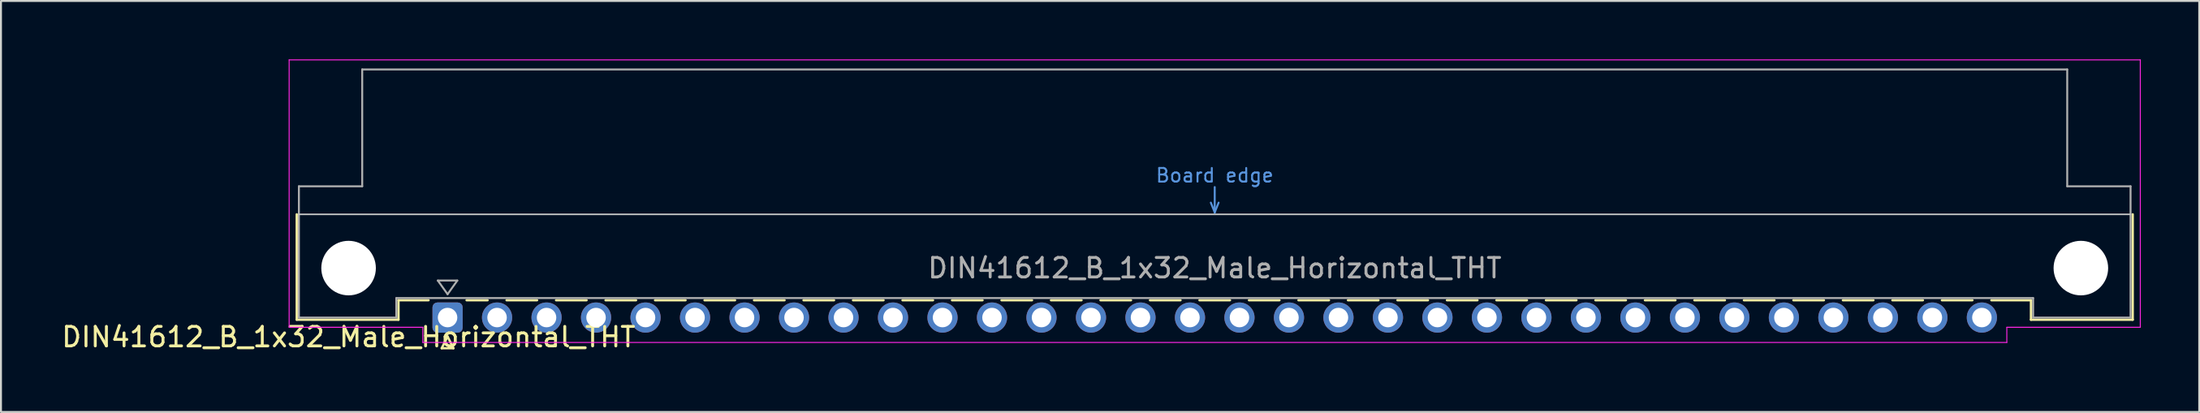
<source format=kicad_pcb>
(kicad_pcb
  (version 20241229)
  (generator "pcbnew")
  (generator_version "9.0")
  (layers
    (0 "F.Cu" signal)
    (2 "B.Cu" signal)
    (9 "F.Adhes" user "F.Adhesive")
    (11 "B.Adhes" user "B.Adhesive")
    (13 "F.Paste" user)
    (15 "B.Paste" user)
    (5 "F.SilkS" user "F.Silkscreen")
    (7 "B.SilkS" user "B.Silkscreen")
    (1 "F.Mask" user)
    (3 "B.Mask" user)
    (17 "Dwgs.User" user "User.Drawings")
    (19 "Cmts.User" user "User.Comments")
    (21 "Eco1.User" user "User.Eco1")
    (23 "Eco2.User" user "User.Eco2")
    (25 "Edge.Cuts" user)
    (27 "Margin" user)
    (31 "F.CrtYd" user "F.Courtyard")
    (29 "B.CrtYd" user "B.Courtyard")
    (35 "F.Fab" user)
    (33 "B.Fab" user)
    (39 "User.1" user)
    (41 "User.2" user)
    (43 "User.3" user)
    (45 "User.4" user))
  (footprint "DIN41612_B_1x32_Male_Horizontal_THT"
    (layer "F.Cu")
    (at 19.919 13.255)
    (property "Reference" "DIN41612_B_1x32_Male_Horizontal_THT" (at -5.08 1 0) (layer "F.SilkS") (effects (font (size 1 1) (thickness 0.15))))
    (attr through_hole)
    (fp_line (start -7.74 -5.3) (end -7.74 0.11) (stroke (width 0.12) (type solid)) (layer "F.SilkS"))
    (fp_line (start -7.74 0.11) (end -2.52 0.11) (stroke (width 0.12) (type solid)) (layer "F.SilkS"))
    (fp_line (start -2.521 -0.89) (end -0.976 -0.89) (stroke (width 0.12) (type solid)) (layer "F.SilkS"))
    (fp_line (start -2.52 0.11) (end -2.52 -0.89) (stroke (width 0.12) (type solid)) (layer "F.SilkS"))
    (fp_line (start -0.3 1.575) (end 0.3 1.575) (stroke (width 0.12) (type solid)) (layer "F.SilkS"))
    (fp_line (start 0 0.975) (end -0.3 1.575) (stroke (width 0.12) (type solid)) (layer "F.SilkS"))
    (fp_line (start 0.3 1.575) (end 0 0.975) (stroke (width 0.12) (type solid)) (layer "F.SilkS"))
    (fp_line (start 0.976 -0.89) (end 2.053 -0.89) (stroke (width 0.12) (type solid)) (layer "F.SilkS"))
    (fp_line (start 3.028 -0.89) (end 4.593 -0.89) (stroke (width 0.12) (type solid)) (layer "F.SilkS"))
    (fp_line (start 5.568 -0.89) (end 7.133 -0.89) (stroke (width 0.12) (type solid)) (layer "F.SilkS"))
    (fp_line (start 8.108 -0.89) (end 9.673 -0.89) (stroke (width 0.12) (type solid)) (layer "F.SilkS"))
    (fp_line (start 10.648 -0.89) (end 12.213 -0.89) (stroke (width 0.12) (type solid)) (layer "F.SilkS"))
    (fp_line (start 13.188 -0.89) (end 14.753 -0.89) (stroke (width 0.12) (type solid)) (layer "F.SilkS"))
    (fp_line (start 15.728 -0.89) (end 17.293 -0.89) (stroke (width 0.12) (type solid)) (layer "F.SilkS"))
    (fp_line (start 18.268 -0.89) (end 19.833 -0.89) (stroke (width 0.12) (type solid)) (layer "F.SilkS"))
    (fp_line (start 20.808 -0.89) (end 22.373 -0.89) (stroke (width 0.12) (type solid)) (layer "F.SilkS"))
    (fp_line (start 23.348 -0.89) (end 24.913 -0.89) (stroke (width 0.12) (type solid)) (layer "F.SilkS"))
    (fp_line (start 25.888 -0.89) (end 27.453 -0.89) (stroke (width 0.12) (type solid)) (layer "F.SilkS"))
    (fp_line (start 28.428 -0.89) (end 29.993 -0.89) (stroke (width 0.12) (type solid)) (layer "F.SilkS"))
    (fp_line (start 30.968 -0.89) (end 32.533 -0.89) (stroke (width 0.12) (type solid)) (layer "F.SilkS"))
    (fp_line (start 33.508 -0.89) (end 35.073 -0.89) (stroke (width 0.12) (type solid)) (layer "F.SilkS"))
    (fp_line (start 36.048 -0.89) (end 37.613 -0.89) (stroke (width 0.12) (type solid)) (layer "F.SilkS"))
    (fp_line (start 38.588 -0.89) (end 40.153 -0.89) (stroke (width 0.12) (type solid)) (layer "F.SilkS"))
    (fp_line (start 41.128 -0.89) (end 42.693 -0.89) (stroke (width 0.12) (type solid)) (layer "F.SilkS"))
    (fp_line (start 43.668 -0.89) (end 45.233 -0.89) (stroke (width 0.12) (type solid)) (layer "F.SilkS"))
    (fp_line (start 46.208 -0.89) (end 47.773 -0.89) (stroke (width 0.12) (type solid)) (layer "F.SilkS"))
    (fp_line (start 48.748 -0.89) (end 50.313 -0.89) (stroke (width 0.12) (type solid)) (layer "F.SilkS"))
    (fp_line (start 51.288 -0.89) (end 52.853 -0.89) (stroke (width 0.12) (type solid)) (layer "F.SilkS"))
    (fp_line (start 53.828 -0.89) (end 55.393 -0.89) (stroke (width 0.12) (type solid)) (layer "F.SilkS"))
    (fp_line (start 56.368 -0.89) (end 57.933 -0.89) (stroke (width 0.12) (type solid)) (layer "F.SilkS"))
    (fp_line (start 58.908 -0.89) (end 60.473 -0.89) (stroke (width 0.12) (type solid)) (layer "F.SilkS"))
    (fp_line (start 61.448 -0.89) (end 63.013 -0.89) (stroke (width 0.12) (type solid)) (layer "F.SilkS"))
    (fp_line (start 63.988 -0.89) (end 65.553 -0.89) (stroke (width 0.12) (type solid)) (layer "F.SilkS"))
    (fp_line (start 66.528 -0.89) (end 68.093 -0.89) (stroke (width 0.12) (type solid)) (layer "F.SilkS"))
    (fp_line (start 69.068 -0.89) (end 70.633 -0.89) (stroke (width 0.12) (type solid)) (layer "F.SilkS"))
    (fp_line (start 71.608 -0.89) (end 73.173 -0.89) (stroke (width 0.12) (type solid)) (layer "F.SilkS"))
    (fp_line (start 74.148 -0.89) (end 75.713 -0.89) (stroke (width 0.12) (type solid)) (layer "F.SilkS"))
    (fp_line (start 76.688 -0.89) (end 78.253 -0.89) (stroke (width 0.12) (type solid)) (layer "F.SilkS"))
    (fp_line (start 79.228 -0.89) (end 81.26 -0.89) (stroke (width 0.12) (type solid)) (layer "F.SilkS"))
    (fp_line (start 81.26 0.11) (end 81.26 -0.89) (stroke (width 0.12) (type solid)) (layer "F.SilkS"))
    (fp_line (start 86.48 -5.3) (end 86.48 0.11) (stroke (width 0.12) (type solid)) (layer "F.SilkS"))
    (fp_line (start 86.48 0.11) (end 81.26 0.11) (stroke (width 0.12) (type solid)) (layer "F.SilkS"))
    (fp_line (start -7.63 -5.3) (end 86.37 -5.3) (stroke (width 0.08) (type solid)) (layer "Dwgs.User"))
    (fp_line (start 39.17 -5.9) (end 39.37 -5.4) (stroke (width 0.1) (type solid)) (layer "Cmts.User"))
    (fp_line (start 39.37 -5.4) (end 39.37 -6.7) (stroke (width 0.1) (type solid)) (layer "Cmts.User"))
    (fp_line (start 39.37 -5.4) (end 39.57 -5.9) (stroke (width 0.1) (type solid)) (layer "Cmts.User"))
    (fp_line (start -8.13 -13.23) (end -8.13 0.5) (stroke (width 0.05) (type solid)) (layer "F.CrtYd"))
    (fp_line (start -8.13 0.5) (end -1.27 0.5) (stroke (width 0.05) (type solid)) (layer "F.CrtYd"))
    (fp_line (start -1.27 0.5) (end -1.27 1.28) (stroke (width 0.05) (type solid)) (layer "F.CrtYd"))
    (fp_line (start -1.27 1.28) (end 80.02 1.28) (stroke (width 0.05) (type solid)) (layer "F.CrtYd"))
    (fp_line (start 80.02 0.5) (end 86.87 0.5) (stroke (width 0.05) (type solid)) (layer "F.CrtYd"))
    (fp_line (start 80.02 1.28) (end 80.02 0.5) (stroke (width 0.05) (type solid)) (layer "F.CrtYd"))
    (fp_line (start 86.87 -13.23) (end -8.13 -13.23) (stroke (width 0.05) (type solid)) (layer "F.CrtYd"))
    (fp_line (start 86.87 0.5) (end 86.87 -13.23) (stroke (width 0.05) (type solid)) (layer "F.CrtYd"))
    (fp_line (start -7.63 -6.74) (end -7.63 0) (stroke (width 0.1) (type solid)) (layer "F.Fab"))
    (fp_line (start -7.63 0) (end -2.63 0) (stroke (width 0.1) (type solid)) (layer "F.Fab"))
    (fp_line (start -4.38 -12.74) (end -4.38 -6.74) (stroke (width 0.1) (type solid)) (layer "F.Fab"))
    (fp_line (start -4.38 -6.74) (end -7.63 -6.74) (stroke (width 0.1) (type solid)) (layer "F.Fab"))
    (fp_line (start -2.63 -1) (end 81.37 -1) (stroke (width 0.1) (type solid)) (layer "F.Fab"))
    (fp_line (start -2.63 0) (end -2.63 -1) (stroke (width 0.1) (type solid)) (layer "F.Fab"))
    (fp_line (start -0.5 -1.9) (end 0.5 -1.9) (stroke (width 0.1) (type solid)) (layer "F.Fab"))
    (fp_line (start 0 -1.2) (end -0.5 -1.9) (stroke (width 0.1) (type solid)) (layer "F.Fab"))
    (fp_line (start 0.5 -1.9) (end 0 -1.2) (stroke (width 0.1) (type solid)) (layer "F.Fab"))
    (fp_line (start 81.37 -1) (end 81.37 0) (stroke (width 0.1) (type solid)) (layer "F.Fab"))
    (fp_line (start 81.37 0) (end 86.37 0) (stroke (width 0.1) (type solid)) (layer "F.Fab"))
    (fp_line (start 83.12 -12.74) (end -4.38 -12.74) (stroke (width 0.1) (type solid)) (layer "F.Fab"))
    (fp_line (start 83.12 -6.74) (end 83.12 -12.74) (stroke (width 0.1) (type solid)) (layer "F.Fab"))
    (fp_line (start 86.37 -6.74) (end 83.12 -6.74) (stroke (width 0.1) (type solid)) (layer "F.Fab"))
    (fp_line (start 86.37 0) (end 86.37 -6.74) (stroke (width 0.1) (type solid)) (layer "F.Fab"))
    (fp_text user "Board edge" (at 39.37 -7.3 0) (layer "Cmts.User") (effects (font (size 0.7 0.7) (thickness 0.1))))
    (fp_text user "${REFERENCE}" (at 39.37 -2.54 0) (layer "F.Fab") (effects (font (size 1 1) (thickness 0.15))))
    (pad "" np_thru_hole circle (at -5.08 -2.54) (size 2.8 2.8) (drill 2.8) (layers "*.Cu" "*.Mask"))
    (pad "" np_thru_hole circle (at 83.82 -2.54) (size 2.8 2.8) (drill 2.8) (layers "*.Cu" "*.Mask"))
    (pad "a0" thru_hole roundrect (at 0 0) (size 1.55 1.55) (drill 1) (layers "*.Cu" "*.Mask") (roundrect_rratio 0.161))
    (pad "a1" thru_hole circle (at 2.54 0) (size 1.55 1.55) (drill 1) (layers "*.Cu" "*.Mask"))
    (pad "a2" thru_hole circle (at 5.08 0) (size 1.55 1.55) (drill 1) (layers "*.Cu" "*.Mask"))
    (pad "a3" thru_hole circle (at 7.62 0) (size 1.55 1.55) (drill 1) (layers "*.Cu" "*.Mask"))
    (pad "a4" thru_hole circle (at 10.16 0) (size 1.55 1.55) (drill 1) (layers "*.Cu" "*.Mask"))
    (pad "a5" thru_hole circle (at 12.7 0) (size 1.55 1.55) (drill 1) (layers "*.Cu" "*.Mask"))
    (pad "a6" thru_hole circle (at 15.24 0) (size 1.55 1.55) (drill 1) (layers "*.Cu" "*.Mask"))
    (pad "a7" thru_hole circle (at 17.78 0) (size 1.55 1.55) (drill 1) (layers "*.Cu" "*.Mask"))
    (pad "a8" thru_hole circle (at 20.32 0) (size 1.55 1.55) (drill 1) (layers "*.Cu" "*.Mask"))
    (pad "a9" thru_hole circle (at 22.86 0) (size 1.55 1.55) (drill 1) (layers "*.Cu" "*.Mask"))
    (pad "a10" thru_hole circle (at 25.4 0) (size 1.55 1.55) (drill 1) (layers "*.Cu" "*.Mask"))
    (pad "a11" thru_hole circle (at 27.94 0) (size 1.55 1.55) (drill 1) (layers "*.Cu" "*.Mask"))
    (pad "a12" thru_hole circle (at 30.48 0) (size 1.55 1.55) (drill 1) (layers "*.Cu" "*.Mask"))
    (pad "a13" thru_hole circle (at 33.02 0) (size 1.55 1.55) (drill 1) (layers "*.Cu" "*.Mask"))
    (pad "a14" thru_hole circle (at 35.56 0) (size 1.55 1.55) (drill 1) (layers "*.Cu" "*.Mask"))
    (pad "a15" thru_hole circle (at 38.1 0) (size 1.55 1.55) (drill 1) (layers "*.Cu" "*.Mask"))
    (pad "a16" thru_hole circle (at 40.64 0) (size 1.55 1.55) (drill 1) (layers "*.Cu" "*.Mask"))
    (pad "a17" thru_hole circle (at 43.18 0) (size 1.55 1.55) (drill 1) (layers "*.Cu" "*.Mask"))
    (pad "a18" thru_hole circle (at 45.72 0) (size 1.55 1.55) (drill 1) (layers "*.Cu" "*.Mask"))
    (pad "a19" thru_hole circle (at 48.26 0) (size 1.55 1.55) (drill 1) (layers "*.Cu" "*.Mask"))
    (pad "a20" thru_hole circle (at 50.8 0) (size 1.55 1.55) (drill 1) (layers "*.Cu" "*.Mask"))
    (pad "a21" thru_hole circle (at 53.34 0) (size 1.55 1.55) (drill 1) (layers "*.Cu" "*.Mask"))
    (pad "a22" thru_hole circle (at 55.88 0) (size 1.55 1.55) (drill 1) (layers "*.Cu" "*.Mask"))
    (pad "a23" thru_hole circle (at 58.42 0) (size 1.55 1.55) (drill 1) (layers "*.Cu" "*.Mask"))
    (pad "a24" thru_hole circle (at 60.96 0) (size 1.55 1.55) (drill 1) (layers "*.Cu" "*.Mask"))
    (pad "a25" thru_hole circle (at 63.5 0) (size 1.55 1.55) (drill 1) (layers "*.Cu" "*.Mask"))
    (pad "a26" thru_hole circle (at 66.04 0) (size 1.55 1.55) (drill 1) (layers "*.Cu" "*.Mask"))
    (pad "a27" thru_hole circle (at 68.58 0) (size 1.55 1.55) (drill 1) (layers "*.Cu" "*.Mask"))
    (pad "a28" thru_hole circle (at 71.12 0) (size 1.55 1.55) (drill 1) (layers "*.Cu" "*.Mask"))
    (pad "a29" thru_hole circle (at 73.66 0) (size 1.55 1.55) (drill 1) (layers "*.Cu" "*.Mask"))
    (pad "a30" thru_hole circle (at 76.2 0) (size 1.55 1.55) (drill 1) (layers "*.Cu" "*.Mask"))
    (pad "a31" thru_hole circle (at 78.74 0) (size 1.55 1.55) (drill 1) (layers "*.Cu" "*.Mask")))
  (gr_rect
    (start -3 -3)
    (end 109.814 18.103)
    (stroke (width 0.1) (type default))
    (fill no)
    (layer "Edge.Cuts")))
</source>
